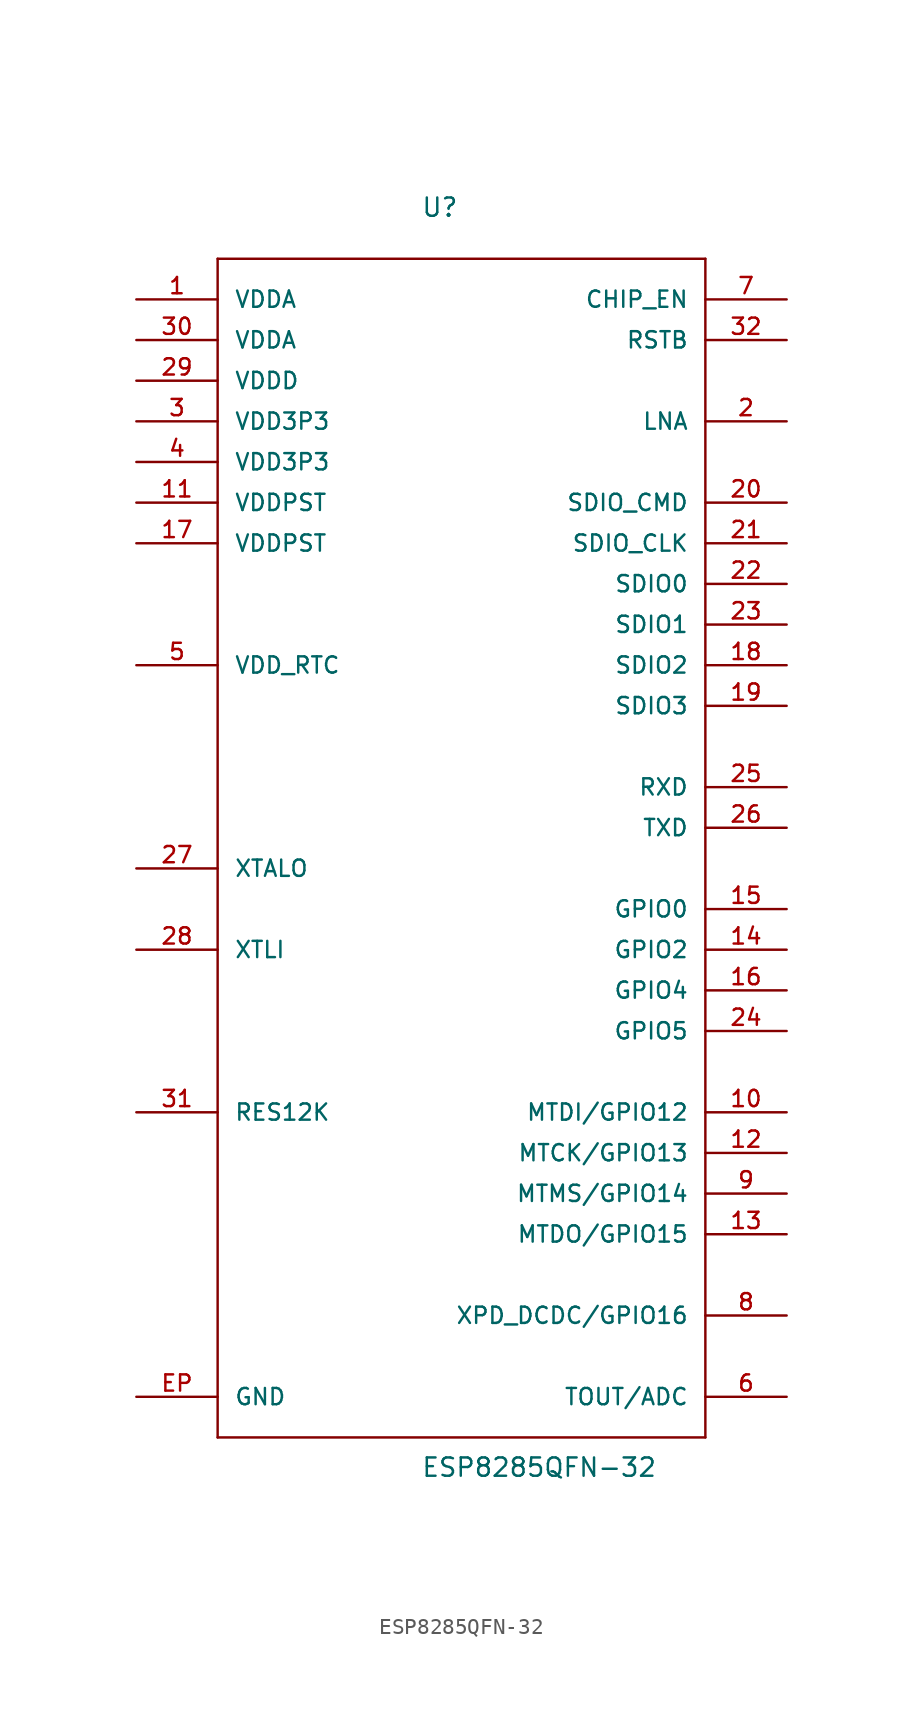
<source format=kicad_sym>
(kicad_symbol_lib
  (version 20241209)
  (generator "kicad_symbol_editor")
  (generator_version "9.0")
  (symbol "ESP8285QFN-32"
    (pin_names
      (offset 1.016))
    (property "Reference" "U"
      (at -2.54 38.1 0)
      (effects (font (size 1.143 1.143)) (justify left bottom)))
    (property "Value" "ESP8285QFN-32"
      (at -2.54 -40.64 0)
      (effects (font (size 1.143 1.143)) (justify left bottom)))
    (property "ki_locked" ""
      (at 0 0 0)
      (effects (font (size 1.27 1.27))))
    (symbol "ESP8285QFN-32_1_0"
      (polyline (pts (xy -15.24 35.56) (xy -15.24 -38.1)) (stroke (width 0) (type solid)) (fill (type none)))
      (polyline (pts (xy -15.24 -38.1) (xy 15.24 -38.1)) (stroke (width 0) (type solid)) (fill (type none)))
      (polyline (pts (xy 15.24 35.56) (xy -15.24 35.56)) (stroke (width 0) (type solid)) (fill (type none)))
      (polyline (pts (xy 15.24 -38.1) (xy 15.24 35.56)) (stroke (width 0) (type solid)) (fill (type none))))
    (symbol "ESP8285QFN-32_1_1"
      (pin power_in line (at -20.32 33.02 0) (length 5.08) (name "VDDA" (effects (font (size 1.016 1.016)))) (number "1" (effects (font (size 1.016 1.016)))))
      (pin power_in line (at -20.32 30.48 0) (length 5.08) (name "VDDA" (effects (font (size 1.016 1.016)))) (number "30" (effects (font (size 1.016 1.016)))))
      (pin power_in line (at -20.32 27.94 0) (length 5.08) (name "VDDD" (effects (font (size 1.016 1.016)))) (number "29" (effects (font (size 1.016 1.016)))))
      (pin power_in line (at -20.32 25.4 0) (length 5.08) (name "VDD3P3" (effects (font (size 1.016 1.016)))) (number "3" (effects (font (size 1.016 1.016)))))
      (pin power_in line (at -20.32 22.86 0) (length 5.08) (name "VDD3P3" (effects (font (size 1.016 1.016)))) (number "4" (effects (font (size 1.016 1.016)))))
      (pin power_in line (at -20.32 20.32 0) (length 5.08) (name "VDDPST" (effects (font (size 1.016 1.016)))) (number "11" (effects (font (size 1.016 1.016)))))
      (pin power_in line (at -20.32 17.78 0) (length 5.08) (name "VDDPST" (effects (font (size 1.016 1.016)))) (number "17" (effects (font (size 1.016 1.016)))))
      (pin unspecified line (at -20.32 10.16 0) (length 5.08) (name "VDD_RTC" (effects (font (size 1.016 1.016)))) (number "5" (effects (font (size 1.016 1.016)))))
      (pin bidirectional line (at -20.32 -2.54 0) (length 5.08) (name "XTALO" (effects (font (size 1.016 1.016)))) (number "27" (effects (font (size 1.016 1.016)))))
      (pin bidirectional line (at -20.32 -7.62 0) (length 5.08) (name "XTLI" (effects (font (size 1.016 1.016)))) (number "28" (effects (font (size 1.016 1.016)))))
      (pin input line (at -20.32 -17.78 0) (length 5.08) (name "RES12K" (effects (font (size 1.016 1.016)))) (number "31" (effects (font (size 1.016 1.016)))))
      (pin power_in line (at -20.32 -35.56 0) (length 5.08) (name "GND" (effects (font (size 1.016 1.016)))) (number "EP" (effects (font (size 1.016 1.016)))))
      (pin input line (at 20.32 33.02 180) (length 5.08) (name "CHIP_EN" (effects (font (size 1.016 1.016)))) (number "7" (effects (font (size 1.016 1.016)))))
      (pin input line (at 20.32 30.48 180) (length 5.08) (name "RSTB" (effects (font (size 1.016 1.016)))) (number "32" (effects (font (size 1.016 1.016)))))
      (pin bidirectional line (at 20.32 25.4 180) (length 5.08) (name "LNA" (effects (font (size 1.016 1.016)))) (number "2" (effects (font (size 1.016 1.016)))))
      (pin bidirectional line (at 20.32 20.32 180) (length 5.08) (name "SDIO_CMD" (effects (font (size 1.016 1.016)))) (number "20" (effects (font (size 1.016 1.016)))))
      (pin bidirectional line (at 20.32 17.78 180) (length 5.08) (name "SDIO_CLK" (effects (font (size 1.016 1.016)))) (number "21" (effects (font (size 1.016 1.016)))))
      (pin bidirectional line (at 20.32 15.24 180) (length 5.08) (name "SDIO0" (effects (font (size 1.016 1.016)))) (number "22" (effects (font (size 1.016 1.016)))))
      (pin bidirectional line (at 20.32 12.7 180) (length 5.08) (name "SDIO1" (effects (font (size 1.016 1.016)))) (number "23" (effects (font (size 1.016 1.016)))))
      (pin bidirectional line (at 20.32 10.16 180) (length 5.08) (name "SDIO2" (effects (font (size 1.016 1.016)))) (number "18" (effects (font (size 1.016 1.016)))))
      (pin bidirectional line (at 20.32 7.62 180) (length 5.08) (name "SDIO3" (effects (font (size 1.016 1.016)))) (number "19" (effects (font (size 1.016 1.016)))))
      (pin bidirectional line (at 20.32 2.54 180) (length 5.08) (name "RXD" (effects (font (size 1.016 1.016)))) (number "25" (effects (font (size 1.016 1.016)))))
      (pin bidirectional line (at 20.32 0 180) (length 5.08) (name "TXD" (effects (font (size 1.016 1.016)))) (number "26" (effects (font (size 1.016 1.016)))))
      (pin bidirectional line (at 20.32 -5.08 180) (length 5.08) (name "GPIO0" (effects (font (size 1.016 1.016)))) (number "15" (effects (font (size 1.016 1.016)))))
      (pin bidirectional line (at 20.32 -7.62 180) (length 5.08) (name "GPIO2" (effects (font (size 1.016 1.016)))) (number "14" (effects (font (size 1.016 1.016)))))
      (pin bidirectional line (at 20.32 -10.16 180) (length 5.08) (name "GPIO4" (effects (font (size 1.016 1.016)))) (number "16" (effects (font (size 1.016 1.016)))))
      (pin bidirectional line (at 20.32 -12.7 180) (length 5.08) (name "GPIO5" (effects (font (size 1.016 1.016)))) (number "24" (effects (font (size 1.016 1.016)))))
      (pin bidirectional line (at 20.32 -17.78 180) (length 5.08) (name "MTDI/GPIO12" (effects (font (size 1.016 1.016)))) (number "10" (effects (font (size 1.016 1.016)))))
      (pin bidirectional line (at 20.32 -20.32 180) (length 5.08) (name "MTCK/GPIO13" (effects (font (size 1.016 1.016)))) (number "12" (effects (font (size 1.016 1.016)))))
      (pin bidirectional line (at 20.32 -22.86 180) (length 5.08) (name "MTMS/GPIO14" (effects (font (size 1.016 1.016)))) (number "9" (effects (font (size 1.016 1.016)))))
      (pin bidirectional line (at 20.32 -25.4 180) (length 5.08) (name "MTDO/GPIO15" (effects (font (size 1.016 1.016)))) (number "13" (effects (font (size 1.016 1.016)))))
      (pin bidirectional line (at 20.32 -30.48 180) (length 5.08) (name "XPD_DCDC/GPIO16" (effects (font (size 1.016 1.016)))) (number "8" (effects (font (size 1.016 1.016)))))
      (pin input line (at 20.32 -35.56 180) (length 5.08) (name "TOUT/ADC" (effects (font (size 1.016 1.016)))) (number "6" (effects (font (size 1.016 1.016))))))))
</source>
